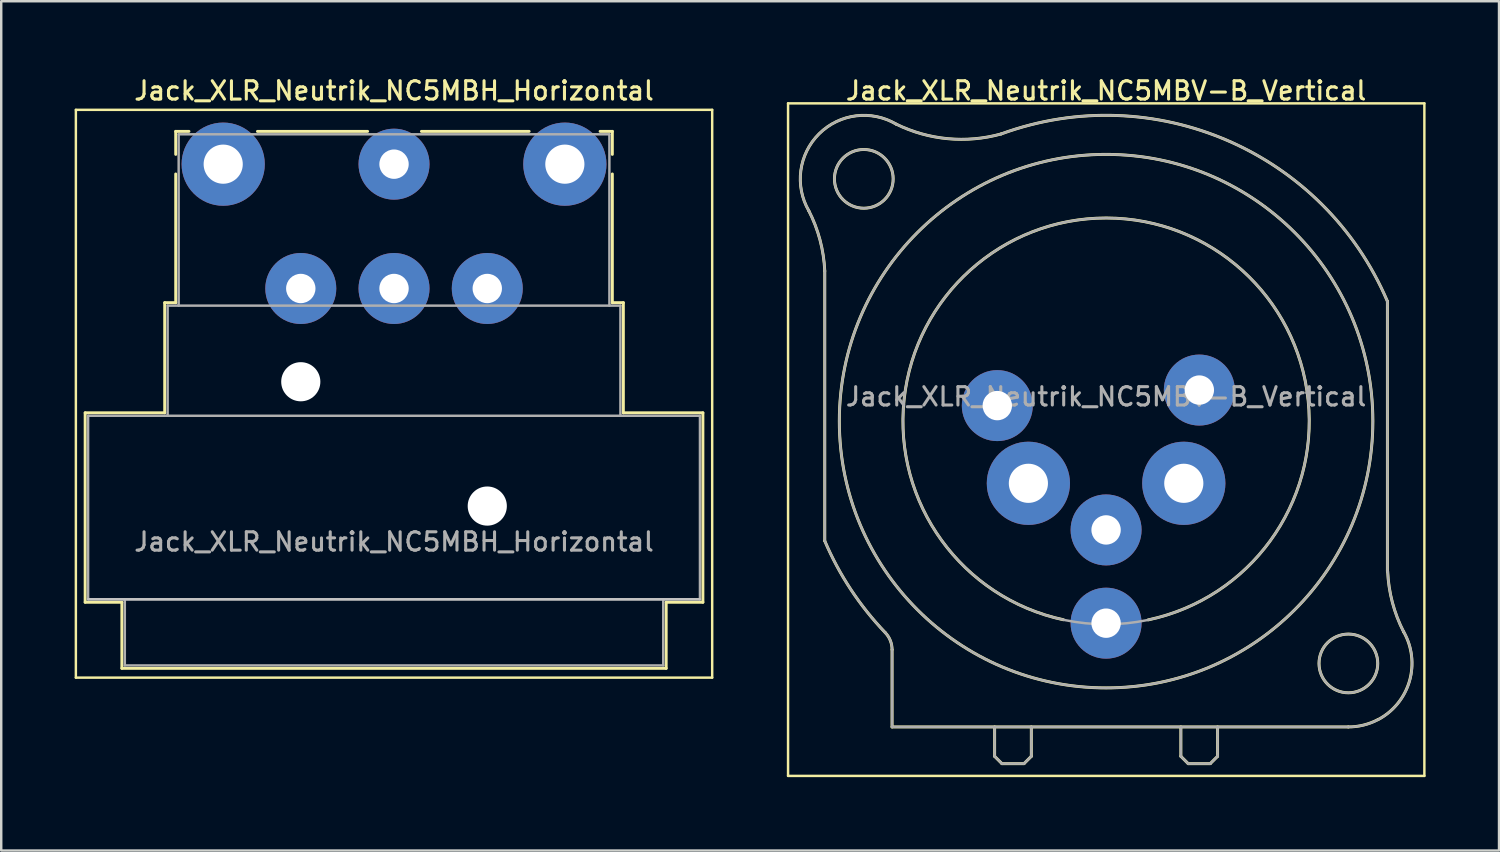
<source format=kicad_pcb>
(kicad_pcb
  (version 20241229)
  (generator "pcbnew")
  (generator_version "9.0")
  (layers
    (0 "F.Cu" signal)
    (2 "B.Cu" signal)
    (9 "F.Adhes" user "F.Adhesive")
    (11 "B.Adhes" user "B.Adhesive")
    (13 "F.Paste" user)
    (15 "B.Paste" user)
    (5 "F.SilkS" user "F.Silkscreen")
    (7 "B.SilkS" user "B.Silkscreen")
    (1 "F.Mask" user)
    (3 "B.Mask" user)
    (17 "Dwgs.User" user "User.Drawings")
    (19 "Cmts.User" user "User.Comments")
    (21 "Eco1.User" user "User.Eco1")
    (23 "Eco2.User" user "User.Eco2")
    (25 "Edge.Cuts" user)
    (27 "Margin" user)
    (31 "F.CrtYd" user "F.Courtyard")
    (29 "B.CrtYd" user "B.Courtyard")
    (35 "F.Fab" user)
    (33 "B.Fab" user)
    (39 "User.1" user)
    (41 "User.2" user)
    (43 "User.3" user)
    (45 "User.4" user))
  (footprint "Jack_XLR_Neutrik_NC5MBV-B_Vertical"
    (layer "F.Cu")
    (at 37.7 13.523)
    (property "Reference" "Jack_XLR_Neutrik_NC5MBV-B_Vertical" (at 4.445 -12.865 0) (layer "F.SilkS") (effects (font (size 0.75 0.75) (thickness 0.125))))
    (attr through_hole)
    (fp_line (start -8.55 -12.35) (end 17.45 -12.35) (stroke (width 0.1) (type solid)) (layer "F.SilkS"))
    (fp_line (start -8.55 15.13) (end -8.55 -12.35) (stroke (width 0.1) (type solid)) (layer "F.SilkS"))
    (fp_line (start -7.05 -5.5) (end -7.05 5.53) (stroke (width 0.12) (type solid)) (layer "F.SilkS"))
    (fp_line (start -4.3 9.97) (end -4.3 13.13) (stroke (width 0.12) (type solid)) (layer "F.SilkS"))
    (fp_line (start -0.11 13.13) (end -0.11 14.33) (stroke (width 0.12) (type solid)) (layer "F.SilkS"))
    (fp_line (start -0.11 14.33) (end 0.19 14.63) (stroke (width 0.12) (type solid)) (layer "F.SilkS"))
    (fp_line (start 0.19 14.63) (end 1.09 14.63) (stroke (width 0.12) (type solid)) (layer "F.SilkS"))
    (fp_line (start 1.39 13.13) (end 1.39 14.33) (stroke (width 0.12) (type solid)) (layer "F.SilkS"))
    (fp_line (start 1.39 14.33) (end 1.09 14.63) (stroke (width 0.12) (type solid)) (layer "F.SilkS"))
    (fp_line (start 7.5 13.13) (end 7.5 14.33) (stroke (width 0.12) (type solid)) (layer "F.SilkS"))
    (fp_line (start 7.5 14.33) (end 7.8 14.63) (stroke (width 0.12) (type solid)) (layer "F.SilkS"))
    (fp_line (start 8.7 14.63) (end 7.8 14.63) (stroke (width 0.12) (type solid)) (layer "F.SilkS"))
    (fp_line (start 9 13.13) (end 9 14.33) (stroke (width 0.12) (type solid)) (layer "F.SilkS"))
    (fp_line (start 9 14.33) (end 8.7 14.63) (stroke (width 0.12) (type solid)) (layer "F.SilkS"))
    (fp_line (start 14.34 13.13) (end -4.3 13.13) (stroke (width 0.12) (type solid)) (layer "F.SilkS"))
    (fp_line (start 15.94 6.77) (end 15.94 -4.26) (stroke (width 0.12) (type solid)) (layer "F.SilkS"))
    (fp_line (start 17.45 -12.35) (end 17.45 15.13) (stroke (width 0.1) (type solid)) (layer "F.SilkS"))
    (fp_line (start 17.45 15.13) (end -8.55 15.13) (stroke (width 0.1) (type solid)) (layer "F.SilkS"))
    (fp_arc (start -7.706072 -7.969016) (mid -7.245016 -6.769854) (end -7.05 -5.5) (stroke (width 0.12) (type solid)) (layer "F.SilkS"))
    (fp_arc (start -7.701898 -7.960402) (mid -7.280108 -11.106809) (end -4.13 -11.5) (stroke (width 0.12) (type solid)) (layer "F.SilkS"))
    (fp_arc (start -4.57767 9.277192) (mid -5.983521 7.515552) (end -7.05 5.53) (stroke (width 0.12) (type solid)) (layer "F.SilkS"))
    (fp_arc (start -4.577033 9.279118) (mid -4.371839 9.597822) (end -4.3 9.97) (stroke (width 0.12) (type solid)) (layer "F.SilkS"))
    (fp_arc (start 0.155138 -11.099295) (mid -2.024203 -10.906412) (end -4.13 -11.5) (stroke (width 0.12) (type solid)) (layer "F.SilkS"))
    (fp_arc (start 0.15831 -11.100431) (mid 9.413683 -10.828344) (end 15.94 -4.26) (stroke (width 0.12) (type solid)) (layer "F.SilkS"))
    (fp_arc (start 2.7 8.75) (mid 4.457421 -7.665488) (end 6.165706 8.755186) (stroke (width 0.12) (type solid)) (layer "F.SilkS"))
    (fp_arc (start 15.548589 12.832023) (mid 14.96239 13.054406) (end 14.34 13.13) (stroke (width 0.12) (type solid)) (layer "F.SilkS"))
    (fp_arc (start 16.602795 9.242305) (mid 16.840071 11.256668) (end 15.56 12.83) (stroke (width 0.12) (type solid)) (layer "F.SilkS"))
    (fp_arc (start 16.607596 9.253415) (mid 16.144453 8.047281) (end 15.95 6.77) (stroke (width 0.12) (type solid)) (layer "F.SilkS"))
    (fp_circle (center -5.455 -9.265) (end -4.255 -9.265) (stroke (width 0.12) (type solid)) (fill no) (layer "F.SilkS"))
    (fp_circle (center 4.445 0.635) (end 15.345 0.635) (stroke (width 0.12) (type solid)) (fill no) (layer "F.SilkS"))
    (fp_circle (center 14.345 10.535) (end 15.545 10.535) (stroke (width 0.12) (type solid)) (fill no) (layer "F.SilkS"))
    (fp_line (start -7.05 -5.5) (end -7.05 5.53) (stroke (width 0.1) (type solid)) (layer "F.Fab"))
    (fp_line (start -4.3 9.97) (end -4.3 13.13) (stroke (width 0.1) (type solid)) (layer "F.Fab"))
    (fp_line (start -0.11 13.13) (end -0.11 14.33) (stroke (width 0.1) (type solid)) (layer "F.Fab"))
    (fp_line (start -0.11 14.33) (end 0.19 14.63) (stroke (width 0.1) (type solid)) (layer "F.Fab"))
    (fp_line (start 0.19 14.63) (end 1.09 14.63) (stroke (width 0.1) (type solid)) (layer "F.Fab"))
    (fp_line (start 1.39 13.13) (end 1.39 14.33) (stroke (width 0.1) (type solid)) (layer "F.Fab"))
    (fp_line (start 1.39 14.33) (end 1.09 14.63) (stroke (width 0.1) (type solid)) (layer "F.Fab"))
    (fp_line (start 7.5 13.13) (end 7.5 14.33) (stroke (width 0.1) (type solid)) (layer "F.Fab"))
    (fp_line (start 7.5 14.33) (end 7.8 14.63) (stroke (width 0.1) (type solid)) (layer "F.Fab"))
    (fp_line (start 8.7 14.63) (end 7.8 14.63) (stroke (width 0.1) (type solid)) (layer "F.Fab"))
    (fp_line (start 9 13.13) (end 9 14.33) (stroke (width 0.1) (type solid)) (layer "F.Fab"))
    (fp_line (start 9 14.33) (end 8.7 14.63) (stroke (width 0.1) (type solid)) (layer "F.Fab"))
    (fp_line (start 14.34 13.13) (end -4.3 13.13) (stroke (width 0.1) (type solid)) (layer "F.Fab"))
    (fp_line (start 15.94 6.77) (end 15.94 -4.26) (stroke (width 0.1) (type solid)) (layer "F.Fab"))
    (fp_arc (start -7.706072 -7.969016) (mid -7.245016 -6.769854) (end -7.05 -5.5) (stroke (width 0.1) (type solid)) (layer "F.Fab"))
    (fp_arc (start -7.701898 -7.960402) (mid -7.280108 -11.106809) (end -4.13 -11.5) (stroke (width 0.1) (type solid)) (layer "F.Fab"))
    (fp_arc (start -4.57767 9.277192) (mid -5.983521 7.515552) (end -7.05 5.53) (stroke (width 0.1) (type solid)) (layer "F.Fab"))
    (fp_arc (start -4.577033 9.279118) (mid -4.371839 9.597822) (end -4.3 9.97) (stroke (width 0.1) (type solid)) (layer "F.Fab"))
    (fp_arc (start 0.155138 -11.099295) (mid -2.024203 -10.906412) (end -4.13 -11.5) (stroke (width 0.1) (type solid)) (layer "F.Fab"))
    (fp_arc (start 0.15831 -11.100431) (mid 9.413683 -10.828344) (end 15.94 -4.26) (stroke (width 0.1) (type solid)) (layer "F.Fab"))
    (fp_arc (start 16.564991 9.168414) (mid 16.616945 11.80321) (end 14.34 13.13) (stroke (width 0.1) (type solid)) (layer "F.Fab"))
    (fp_arc (start 16.574479 9.187942) (mid 16.135172 8.011789) (end 15.95 6.77) (stroke (width 0.1) (type solid)) (layer "F.Fab"))
    (fp_circle (center -5.455 -9.265) (end -4.255 -9.265) (stroke (width 0.1) (type solid)) (fill no) (layer "F.Fab"))
    (fp_circle (center 4.445 0.635) (end 12.745 0.635) (stroke (width 0.1) (type solid)) (fill no) (layer "F.Fab"))
    (fp_circle (center 4.445 0.635) (end 15.345 0.635) (stroke (width 0.1) (type solid)) (fill no) (layer "F.Fab"))
    (fp_circle (center 14.345 10.535) (end 15.545 10.535) (stroke (width 0.1) (type solid)) (fill no) (layer "F.Fab"))
    (fp_text user "${REFERENCE}" (at 4.445 -0.365 0) (layer "F.Fab") (effects (font (size 0.75 0.75) (thickness 0.125))))
    (pad "1" thru_hole circle (at 0 0) (size 2.9 2.9) (drill 1.2) (layers "*.Cu" "*.Mask"))
    (pad "2" thru_hole circle (at 1.27 3.175) (size 3.4 3.4) (drill 1.6) (layers "*.Cu" "*.Mask"))
    (pad "3" thru_hole circle (at 4.445 5.08) (size 2.9 2.9) (drill 1.2) (layers "*.Cu" "*.Mask"))
    (pad "4" thru_hole circle (at 7.62 3.175) (size 3.4 3.4) (drill 1.6) (layers "*.Cu" "*.Mask"))
    (pad "5" thru_hole circle (at 8.255 -0.635) (size 2.9 2.9) (drill 1.2) (layers "*.Cu" "*.Mask"))
    (pad "G" thru_hole circle (at 4.445 8.89) (size 2.9 2.9) (drill 1.2) (layers "*.Cu" "*.Mask")))
  (footprint "Jack_XLR_Neutrik_NC5MBH_Horizontal"
    (layer "F.Cu")
    (at 6.07 3.658)
    (property "Reference" "Jack_XLR_Neutrik_NC5MBH_Horizontal" (at 6.98 -3 0) (layer "F.SilkS") (effects (font (size 0.75 0.75) (thickness 0.125))))
    (attr through_hole)
    (fp_line (start -6.02 20.98) (end -6.02 -2.22) (stroke (width 0.1) (type solid)) (layer "F.SilkS"))
    (fp_line (start -5.64 10.16) (end -2.39 10.16) (stroke (width 0.12) (type solid)) (layer "F.SilkS"))
    (fp_line (start -5.64 17.9) (end -5.64 10.16) (stroke (width 0.12) (type solid)) (layer "F.SilkS"))
    (fp_line (start -4.14 17.9) (end -5.64 17.9) (stroke (width 0.12) (type solid)) (layer "F.SilkS"))
    (fp_line (start -4.14 17.9) (end -4.14 20.6) (stroke (width 0.12) (type solid)) (layer "F.SilkS"))
    (fp_line (start -2.39 10.16) (end -2.39 5.66) (stroke (width 0.12) (type solid)) (layer "F.SilkS"))
    (fp_line (start -1.94 -1.34) (end -1.94 -0.4) (stroke (width 0.12) (type solid)) (layer "F.SilkS"))
    (fp_line (start -1.94 -1.34) (end -1.4 -1.34) (stroke (width 0.12) (type solid)) (layer "F.SilkS"))
    (fp_line (start -1.94 5.66) (end -2.39 5.66) (stroke (width 0.12) (type solid)) (layer "F.SilkS"))
    (fp_line (start -1.94 5.66) (end -1.94 0.4) (stroke (width 0.12) (type solid)) (layer "F.SilkS"))
    (fp_line (start 5.9 -1.34) (end 1.4 -1.34) (stroke (width 0.12) (type solid)) (layer "F.SilkS"))
    (fp_line (start 12.5 -1.34) (end 8.1 -1.34) (stroke (width 0.12) (type solid)) (layer "F.SilkS"))
    (fp_line (start 15.9 -1.34) (end 15.4 -1.34) (stroke (width 0.12) (type solid)) (layer "F.SilkS"))
    (fp_line (start 15.9 -1.34) (end 15.9 -0.4) (stroke (width 0.12) (type solid)) (layer "F.SilkS"))
    (fp_line (start 15.9 5.66) (end 15.9 0.4) (stroke (width 0.12) (type solid)) (layer "F.SilkS"))
    (fp_line (start 15.9 5.66) (end 16.35 5.66) (stroke (width 0.12) (type solid)) (layer "F.SilkS"))
    (fp_line (start 16.35 10.16) (end 16.35 5.66) (stroke (width 0.12) (type solid)) (layer "F.SilkS"))
    (fp_line (start 16.35 10.16) (end 19.6 10.16) (stroke (width 0.12) (type solid)) (layer "F.SilkS"))
    (fp_line (start 18.1 17.9) (end 18.1 20.6) (stroke (width 0.12) (type solid)) (layer "F.SilkS"))
    (fp_line (start 18.1 20.6) (end -4.14 20.6) (stroke (width 0.12) (type solid)) (layer "F.SilkS"))
    (fp_line (start 19.6 17.9) (end 18.1 17.9) (stroke (width 0.12) (type solid)) (layer "F.SilkS"))
    (fp_line (start 19.6 17.9) (end 19.6 10.16) (stroke (width 0.12) (type solid)) (layer "F.SilkS"))
    (fp_line (start 19.98 -2.22) (end -6.02 -2.22) (stroke (width 0.1) (type solid)) (layer "F.SilkS"))
    (fp_line (start 19.98 20.98) (end -6.02 20.98) (stroke (width 0.1) (type solid)) (layer "F.SilkS"))
    (fp_line (start 19.98 20.98) (end 19.98 -2.22) (stroke (width 0.1) (type solid)) (layer "F.SilkS"))
    (fp_line (start 19.48 17.78) (end -5.52 17.78) (stroke (width 0.1) (type solid)) (layer "Dwgs.User"))
    (fp_line (start -5.52 10.28) (end 19.48 10.28) (stroke (width 0.1) (type solid)) (layer "F.Fab"))
    (fp_line (start -5.52 17.78) (end -5.52 10.28) (stroke (width 0.1) (type solid)) (layer "F.Fab"))
    (fp_line (start -4.02 20.48) (end -4.02 17.78) (stroke (width 0.1) (type solid)) (layer "F.Fab"))
    (fp_line (start -2.27 5.78) (end -2.27 10.28) (stroke (width 0.1) (type solid)) (layer "F.Fab"))
    (fp_line (start -2.27 5.78) (end 16.23 5.78) (stroke (width 0.1) (type solid)) (layer "F.Fab"))
    (fp_line (start -1.82 5.78) (end -1.82 -1.22) (stroke (width 0.1) (type solid)) (layer "F.Fab"))
    (fp_line (start 15.78 -1.22) (end -1.82 -1.22) (stroke (width 0.1) (type solid)) (layer "F.Fab"))
    (fp_line (start 15.78 5.78) (end 15.78 -1.22) (stroke (width 0.1) (type solid)) (layer "F.Fab"))
    (fp_line (start 16.23 10.28) (end 16.23 5.78) (stroke (width 0.1) (type solid)) (layer "F.Fab"))
    (fp_line (start 17.98 17.78) (end 17.98 20.48) (stroke (width 0.1) (type solid)) (layer "F.Fab"))
    (fp_line (start 17.98 20.48) (end -4.02 20.48) (stroke (width 0.1) (type solid)) (layer "F.Fab"))
    (fp_line (start 19.48 10.28) (end 19.48 17.78) (stroke (width 0.1) (type solid)) (layer "F.Fab"))
    (fp_line (start 19.48 17.78) (end -5.52 17.78) (stroke (width 0.1) (type solid)) (layer "F.Fab"))
    (fp_text user "${REFERENCE}" (at 6.98 15.43 0) (layer "F.Fab") (effects (font (size 0.75 0.75) (thickness 0.125))))
    (pad "" np_thru_hole circle (at 3.17 8.89) (size 1.6 1.6) (drill 1.6) (layers "*.Cu" "*.Mask"))
    (pad "" np_thru_hole circle (at 10.79 13.97) (size 1.6 1.6) (drill 1.6) (layers "*.Cu" "*.Mask"))
    (pad "1" thru_hole circle (at 0 0) (size 3.4 3.4) (drill 1.6) (layers "*.Cu" "*.Mask"))
    (pad "2" thru_hole circle (at 3.17 5.08) (size 2.9 2.9) (drill 1.2) (layers "*.Cu" "*.Mask"))
    (pad "3" thru_hole circle (at 6.98 0) (size 2.9 2.9) (drill 1.2) (layers "*.Cu" "*.Mask"))
    (pad "4" thru_hole circle (at 10.79 5.08) (size 2.9 2.9) (drill 1.2) (layers "*.Cu" "*.Mask"))
    (pad "5" thru_hole circle (at 13.96 0) (size 3.4 3.4) (drill 1.6) (layers "*.Cu" "*.Mask"))
    (pad "G" thru_hole circle (at 6.98 5.08) (size 2.9 2.9) (drill 1.2) (layers "*.Cu" "*.Mask")))
  (gr_rect
    (start -3 -3)
    (end 58.2 31.703)
    (stroke (width 0.1) (type default))
    (fill no)
    (layer "Edge.Cuts")))
</source>
